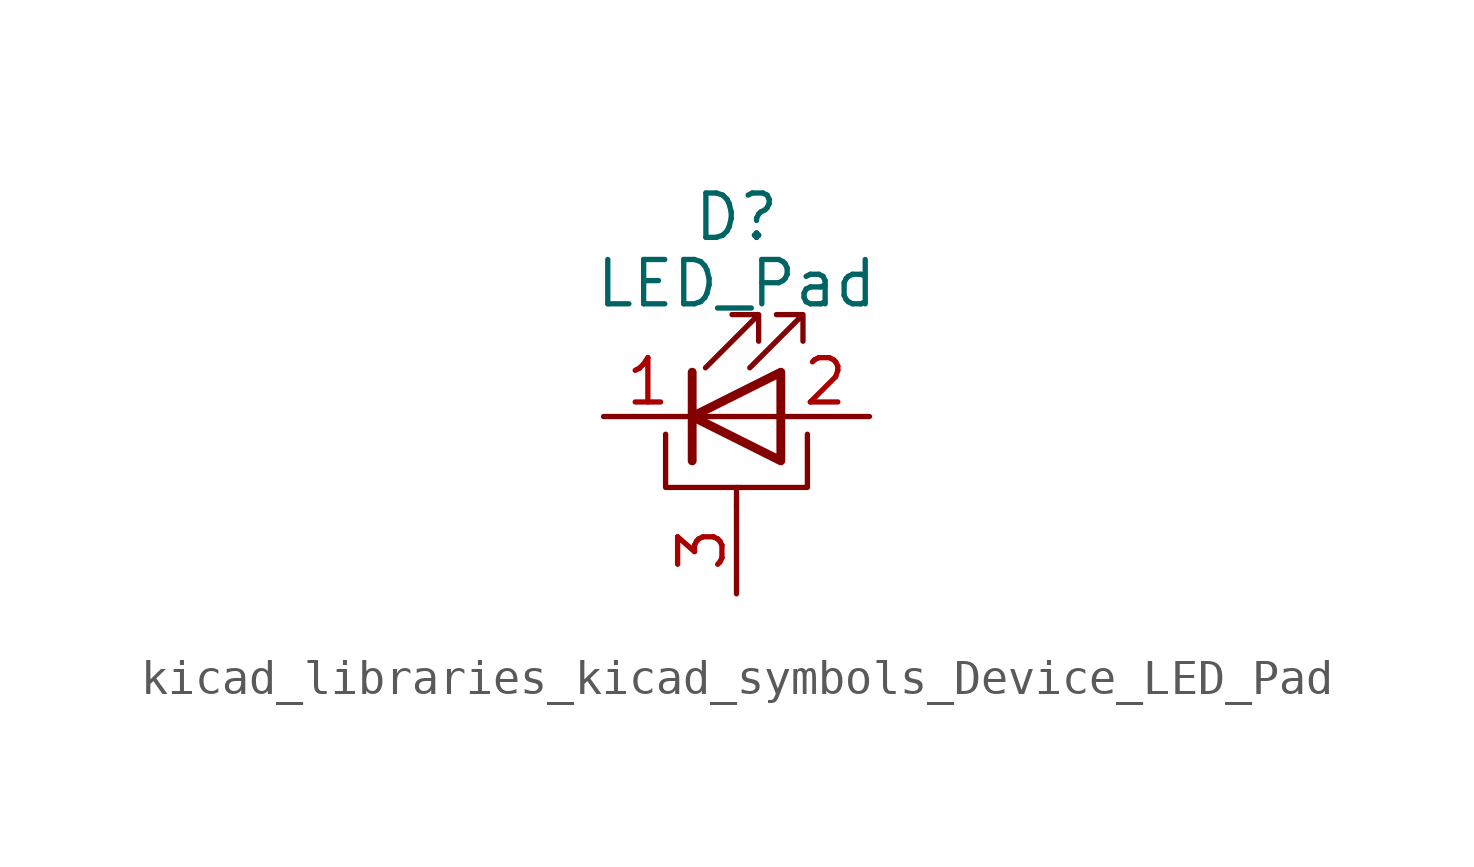
<source format=kicad_sym>
(kicad_symbol_lib
  (version 20220914)
  (generator kicad_symbol_editor)
  (symbol "kicad_libraries_kicad_symbols_Device_LED_Pad"
    (pin_names
      (offset 1.016) hide)
    (property "Reference" "D"
      (at 0 5.715 0)
      (effects (font (size 1.27 1.27))))
    (property "Value" "LED_Pad"
      (at 0 3.81 0)
      (effects (font (size 1.27 1.27))))
    (symbol "kicad_libraries_kicad_symbols_Device_LED_Pad_0_1"
      (polyline (pts (xy -1.27 -1.27) (xy -1.27 1.27)) (stroke (width 0.254) (type default)) (fill (type none)))
      (polyline (pts (xy -1.27 0) (xy 1.27 0)) (stroke (width 0) (type default)) (fill (type none)))
      (polyline (pts (xy 0 -2.54) (xy 0 -2.032)) (stroke (width 0) (type default)) (fill (type none)))
      (polyline (pts (xy -2.032 -0.508) (xy -2.032 -2.032) (xy 2.032 -2.032) (xy 2.032 -0.508)) (stroke (width 0) (type default)) (fill (type none)))
      (polyline (pts (xy 1.27 -1.27) (xy 1.27 1.27) (xy -1.27 0) (xy 1.27 -1.27)) (stroke (width 0.254) (type default)) (fill (type none)))
      (polyline (pts (xy -0.889 1.397) (xy 0.635 2.921) (xy -0.127 2.921) (xy 0.635 2.921) (xy 0.635 2.159)) (stroke (width 0) (type default)) (fill (type none)))
      (polyline (pts (xy 0.381 1.397) (xy 1.905 2.921) (xy 1.143 2.921) (xy 1.905 2.921) (xy 1.905 2.159)) (stroke (width 0) (type default)) (fill (type none))))
    (symbol "kicad_libraries_kicad_symbols_Device_LED_Pad_1_1"
      (pin passive line (at -3.81 0 0) (length 2.54) (name "K" (effects (font (size 1.27 1.27)))) (number "1" (effects (font (size 1.27 1.27)))))
      (pin passive line (at 3.81 0 180) (length 2.54) (name "A" (effects (font (size 1.27 1.27)))) (number "2" (effects (font (size 1.27 1.27)))))
      (pin passive line (at 0 -5.08 90) (length 2.54) (name "PAD" (effects (font (size 1.27 1.27)))) (number "3" (effects (font (size 1.27 1.27))))))))
</source>
